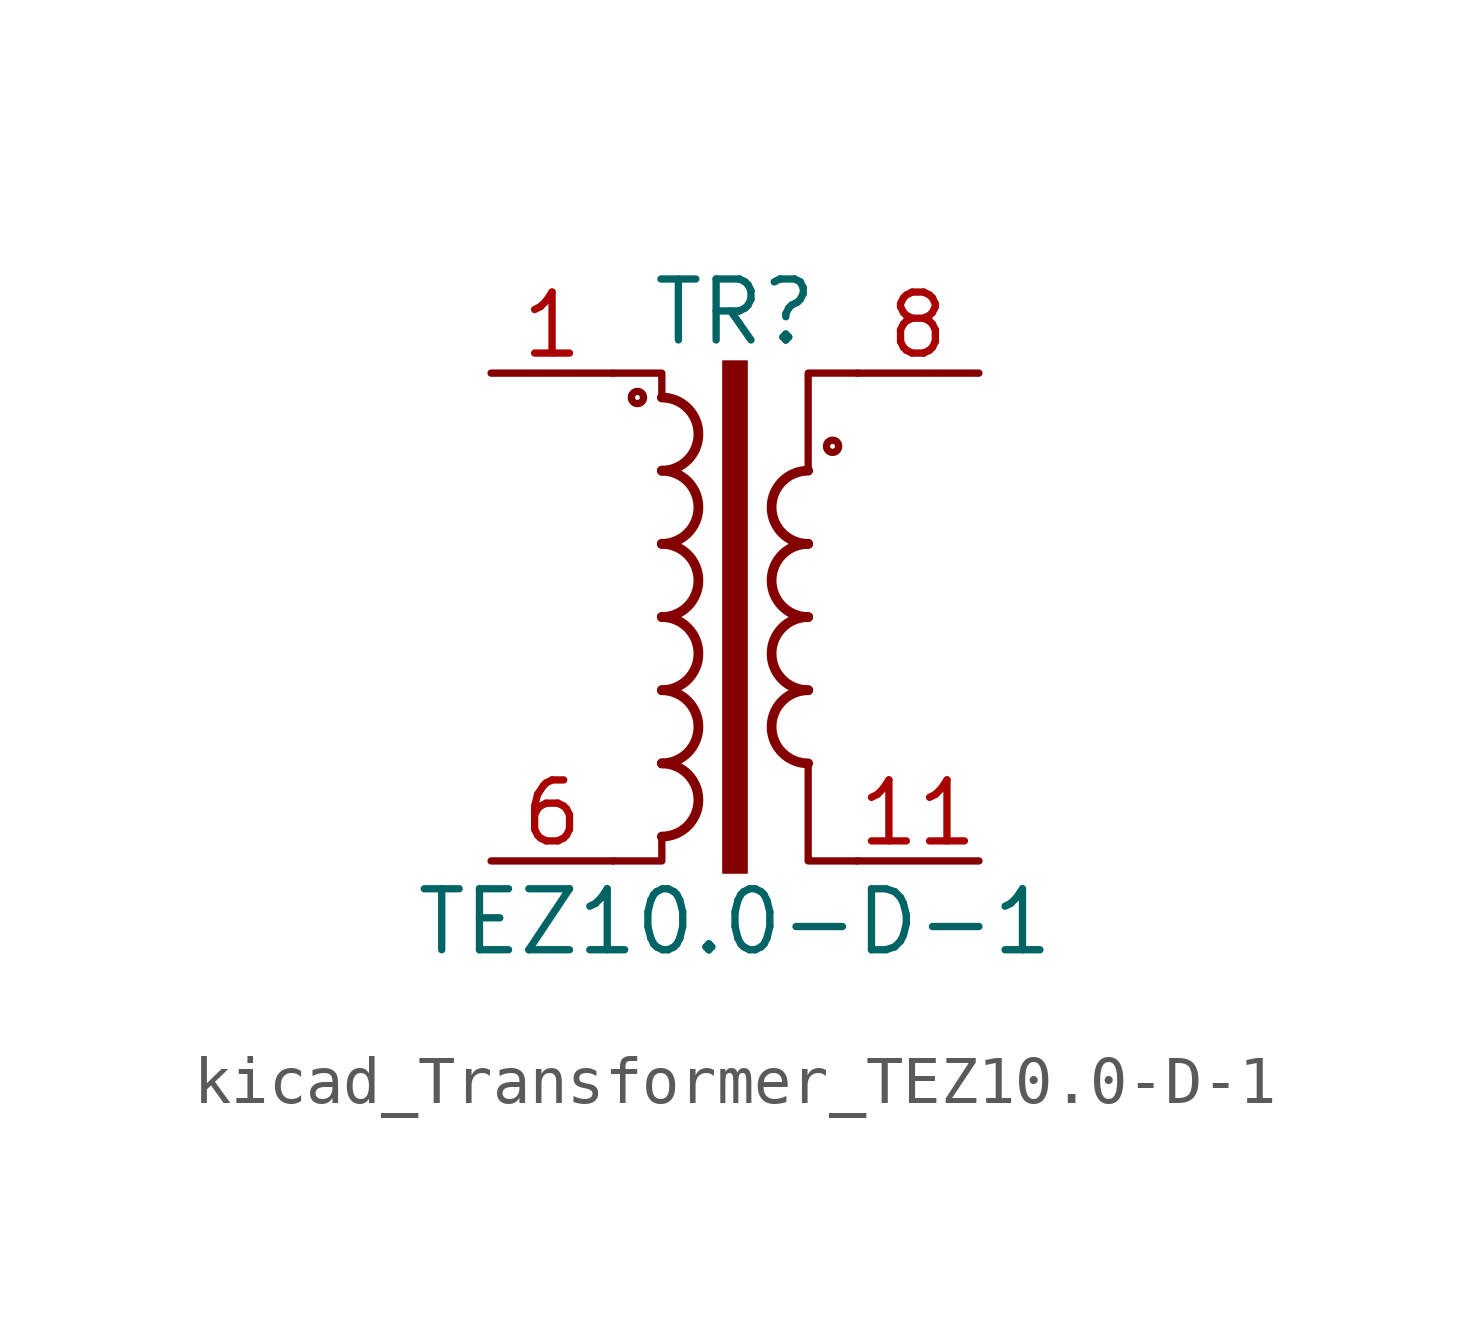
<source format=kicad_sym>
(kicad_symbol_lib
  (version 20220914)
  (generator kicad_symbol_editor)
  (symbol "kicad_Transformer_TEZ10.0-D-1"
    (pin_names
      (offset 0.025))
    (property "Reference" "TR"
      (at 0 6.35 0)
      (effects (font (size 1.27 1.27))))
    (property "Value" "TEZ10.0-D-1"
      (at 0 -6.35 0)
      (effects (font (size 1.27 1.27))))
    (symbol "kicad_Transformer_TEZ10.0-D-1_0_1"
      (circle (center -2.032 4.572) (radius 0.127) (stroke (width 0) (type default)) (fill (type none)))
      (arc (start -1.524 -4.572) (mid -0.7653 -3.81) (end -1.524 -3.048) (stroke (width 0.2032) (type default)) (fill (type none)))
      (arc (start -1.524 -3.048) (mid -0.7653 -2.286) (end -1.524 -1.524) (stroke (width 0.2032) (type default)) (fill (type none)))
      (arc (start -1.524 -1.524) (mid -0.7653 -0.762) (end -1.524 0) (stroke (width 0.2032) (type default)) (fill (type none)))
      (arc (start -1.524 0) (mid -0.7653 0.762) (end -1.524 1.524) (stroke (width 0.2032) (type default)) (fill (type none)))
      (arc (start -1.524 1.524) (mid -0.7653 2.286) (end -1.524 3.048) (stroke (width 0.2032) (type default)) (fill (type none)))
      (arc (start -1.524 3.048) (mid -0.7653 3.81) (end -1.524 4.572) (stroke (width 0.2032) (type default)) (fill (type none)))
      (rectangle (start -0.254 5.334) (end 0.254 -5.334) (stroke (width 0.025) (type default)) (fill (type outline)))
      (polyline (pts (xy -1.524 -4.572) (xy -1.524 -5.08) (xy -2.54 -5.08)) (stroke (width 0) (type default)) (fill (type none)))
      (polyline (pts (xy -1.524 4.572) (xy -1.524 5.08) (xy -2.54 5.08)) (stroke (width 0) (type default)) (fill (type none)))
      (polyline (pts (xy 1.524 3.048) (xy 1.524 5.08) (xy 2.54 5.08) (xy 2.54 5.08)) (stroke (width 0.152) (type default)) (fill (type none)))
      (polyline (pts (xy 2.54 -5.08) (xy 1.524 -5.08) (xy 1.524 -3.048) (xy 1.524 -3.048)) (stroke (width 0.152) (type default)) (fill (type none)))
      (arc (start 1.524 -1.524) (mid 0.7653 -2.286) (end 1.524 -3.048) (stroke (width 0.2032) (type default)) (fill (type none)))
      (arc (start 1.524 0) (mid 0.7653 -0.762) (end 1.524 -1.524) (stroke (width 0.2032) (type default)) (fill (type none)))
      (arc (start 1.524 1.524) (mid 0.7653 0.762) (end 1.524 0) (stroke (width 0.2032) (type default)) (fill (type none)))
      (arc (start 1.524 3.048) (mid 0.7653 2.286) (end 1.524 1.524) (stroke (width 0.2032) (type default)) (fill (type none)))
      (circle (center 2.032 3.556) (radius 0.127) (stroke (width 0) (type default)) (fill (type none))))
    (symbol "kicad_Transformer_TEZ10.0-D-1_1_1"
      (pin passive line (at -5.08 5.08 0) (length 2.54) (name "~" (effects (font (size 1.27 1.27)))) (number "1" (effects (font (size 1.27 1.27)))))
      (pin passive line (at 5.08 -5.08 180) (length 2.54) (name "~" (effects (font (size 1.27 1.27)))) (number "11" (effects (font (size 1.27 1.27)))))
      (pin passive line (at -5.08 -5.08 0) (length 2.54) (name "~" (effects (font (size 1.27 1.27)))) (number "6" (effects (font (size 1.27 1.27)))))
      (pin passive line (at 5.08 5.08 180) (length 2.54) (name "~" (effects (font (size 1.27 1.27)))) (number "8" (effects (font (size 1.27 1.27))))))))
</source>
